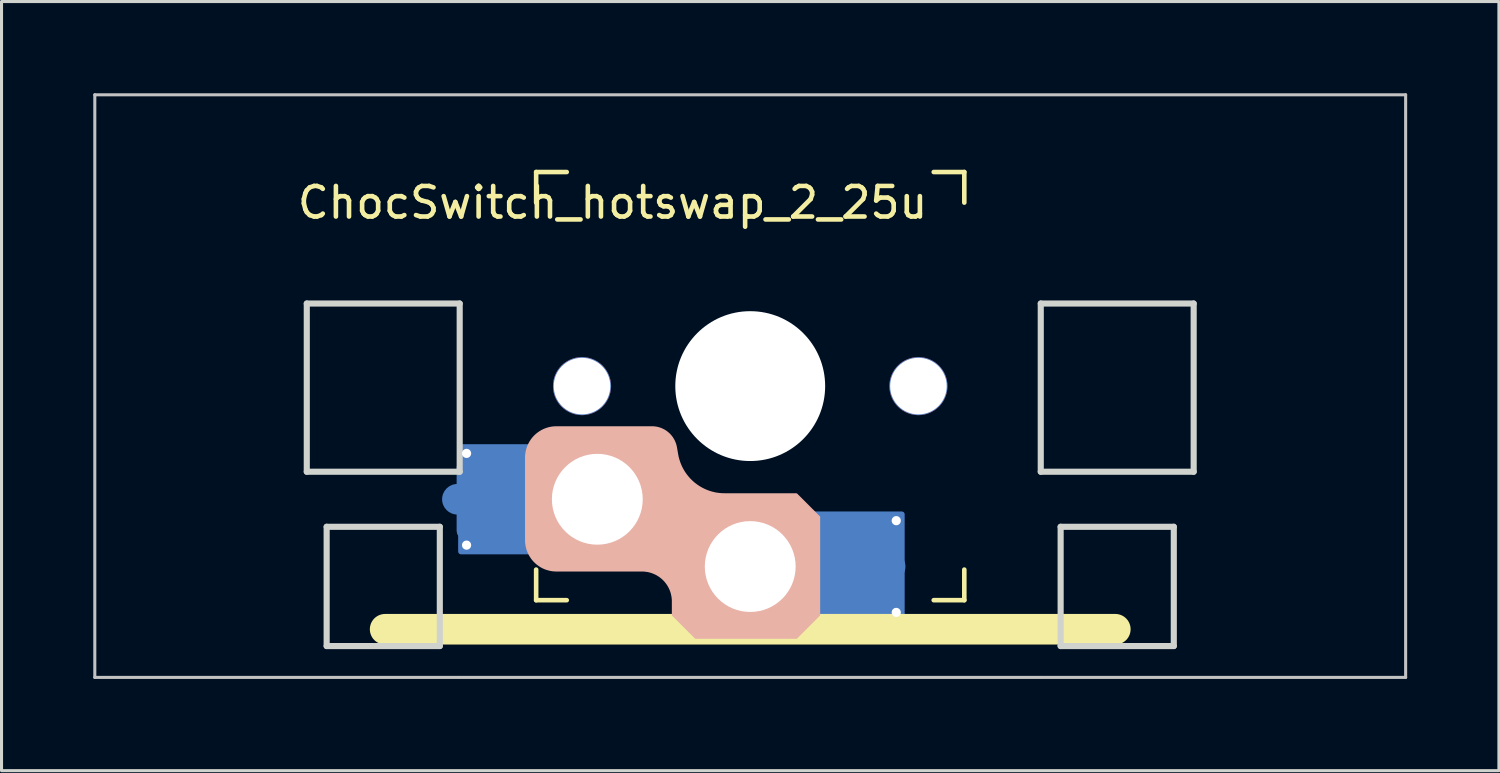
<source format=kicad_pcb>
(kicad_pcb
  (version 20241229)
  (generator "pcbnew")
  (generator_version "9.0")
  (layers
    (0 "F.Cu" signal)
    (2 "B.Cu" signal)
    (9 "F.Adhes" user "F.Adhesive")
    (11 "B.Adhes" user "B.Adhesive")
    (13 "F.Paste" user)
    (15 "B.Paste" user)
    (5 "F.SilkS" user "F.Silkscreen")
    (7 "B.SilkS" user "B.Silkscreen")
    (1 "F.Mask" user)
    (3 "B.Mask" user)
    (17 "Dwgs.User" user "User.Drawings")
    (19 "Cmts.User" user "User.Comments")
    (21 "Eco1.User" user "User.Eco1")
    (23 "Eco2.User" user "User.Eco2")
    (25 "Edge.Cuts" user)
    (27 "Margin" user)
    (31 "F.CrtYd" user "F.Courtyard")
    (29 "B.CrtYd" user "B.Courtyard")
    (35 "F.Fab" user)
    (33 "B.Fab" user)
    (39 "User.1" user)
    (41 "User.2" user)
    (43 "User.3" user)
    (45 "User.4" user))
  (footprint "ChocSwitch_hotswap_2_25u"
    (layer "F.Cu")
    (at 21.481 9.575)
    (property "Reference" "ChocSwitch_hotswap_2_25u" (at -4.5 -6 0) (unlocked yes) (layer "F.SilkS") (effects (font (size 1 1) (thickness 0.15))))
    (attr smd)
    (fp_line (start -11.938 7.95) (end 11.938 7.95) (stroke (width 1) (type solid)) (layer "F.SilkS"))
    (fp_line (start -7 -7) (end -6 -7) (stroke (width 0.15) (type solid)) (layer "F.SilkS"))
    (fp_line (start -7 -6) (end -7 -7) (stroke (width 0.15) (type solid)) (layer "F.SilkS"))
    (fp_line (start -7 7) (end -7 6) (stroke (width 0.15) (type solid)) (layer "F.SilkS"))
    (fp_line (start -6 7) (end -7 7) (stroke (width 0.15) (type solid)) (layer "F.SilkS"))
    (fp_line (start 6 7) (end 7 7) (stroke (width 0.15) (type solid)) (layer "F.SilkS"))
    (fp_line (start 7 -7) (end 6 -7) (stroke (width 0.15) (type solid)) (layer "F.SilkS"))
    (fp_line (start 7 -6) (end 7 -7) (stroke (width 0.15) (type solid)) (layer "F.SilkS"))
    (fp_line (start 7 7) (end 7 6) (stroke (width 0.15) (type solid)) (layer "F.SilkS"))
    (fp_line (start -9.525 9.525) (end -9.525 9.525) (stroke (width 0.071) (type solid)) (layer "B.SilkS"))
    (fp_line (start 9.525 9.525) (end 9.525 9.525) (stroke (width 0.071) (type solid)) (layer "B.SilkS"))
    (fp_poly (pts (xy -3.176 1.338) (xy -3.14 1.341) (xy -3.104 1.345) (xy -3.069 1.35) (xy -3.034 1.357) (xy -3 1.366) (xy -2.967 1.376) (xy -2.934 1.387) (xy -2.901 1.4) (xy -2.87 1.414) (xy -2.839 1.43) (xy -2.808 1.446) (xy -2.779 1.464) (xy -2.75 1.484) (xy -2.723 1.504) (xy -2.696 1.526) (xy -2.67 1.548) (xy -2.645 1.572) (xy -2.621 1.597) (xy -2.598 1.623) (xy -2.577 1.65) (xy -2.556 1.677) (xy -2.537 1.706) (xy -2.519 1.736) (xy -2.502 1.766) (xy -2.486 1.798) (xy -2.472 1.83) (xy -2.459 1.863) (xy -2.447 1.896) (xy -2.437 1.931) (xy -2.428 1.966) (xy -2.421 2.001) (xy -2.38 2.238) (xy -2.366 2.308) (xy -2.349 2.376) (xy -2.329 2.442) (xy -2.307 2.508) (xy -2.281 2.572) (xy -2.254 2.634) (xy -2.223 2.695) (xy -2.19 2.755) (xy -2.155 2.812) (xy -2.117 2.868) (xy -2.077 2.922) (xy -2.035 2.974) (xy -1.991 3.025) (xy -1.944 3.073) (xy -1.896 3.119) (xy -1.846 3.163) (xy -1.793 3.205) (xy -1.739 3.245) (xy -1.684 3.282) (xy -1.627 3.317) (xy -1.568 3.349) (xy -1.508 3.379) (xy -1.446 3.407) (xy -1.383 3.432) (xy -1.319 3.454) (xy -1.254 3.473) (xy -1.188 3.49) (xy -1.12 3.504) (xy -1.052 3.514) (xy -0.983 3.522) (xy -0.913 3.527) (xy -0.842 3.528) (xy 1.512 3.528) (xy 2.262 4.278) (xy 2.262 7.488) (xy 1.512 8.238) (xy -1.788 8.238) (xy -2.538 7.488) (xy -2.538 7.038) (xy -2.539 6.988) (xy -2.543 6.939) (xy -2.549 6.89) (xy -2.558 6.842) (xy -2.568 6.794) (xy -2.581 6.747) (xy -2.597 6.7) (xy -2.614 6.655) (xy -2.634 6.61) (xy -2.656 6.567) (xy -2.68 6.524) (xy -2.706 6.483) (xy -2.734 6.443) (xy -2.765 6.404) (xy -2.797 6.366) (xy -2.831 6.331) (xy -2.867 6.296) (xy -2.905 6.264) (xy -2.943 6.234) (xy -2.983 6.206) (xy -3.025 6.179) (xy -3.067 6.155) (xy -3.111 6.134) (xy -3.156 6.114) (xy -3.201 6.096) (xy -3.247 6.081) (xy -3.294 6.068) (xy -3.342 6.057) (xy -3.391 6.049) (xy -3.439 6.043) (xy -3.489 6.039) (xy -3.538 6.038) (xy -6.338 6.038) (xy -6.388 6.036) (xy -6.437 6.033) (xy -6.486 6.027) (xy -6.534 6.018) (xy -6.582 6.007) (xy -6.629 5.994) (xy -6.675 5.979) (xy -6.721 5.962) (xy -6.766 5.942) (xy -6.809 5.92) (xy -6.852 5.896) (xy -6.893 5.87) (xy -6.933 5.841) (xy -6.972 5.811) (xy -7.009 5.779) (xy -7.045 5.745) (xy -7.08 5.709) (xy -7.112 5.671) (xy -7.142 5.633) (xy -7.17 5.592) (xy -7.196 5.551) (xy -7.22 5.509) (xy -7.242 5.465) (xy -7.262 5.42) (xy -7.28 5.375) (xy -7.295 5.329) (xy -7.308 5.281) (xy -7.319 5.234) (xy -7.327 5.185) (xy -7.333 5.137) (xy -7.337 5.087) (xy -7.338 5.038) (xy -7.338 2.338) (xy -7.337 2.288) (xy -7.333 2.239) (xy -7.327 2.19) (xy -7.319 2.142) (xy -7.308 2.094) (xy -7.295 2.047) (xy -7.28 2) (xy -7.262 1.955) (xy -7.242 1.91) (xy -7.22 1.867) (xy -7.196 1.824) (xy -7.17 1.783) (xy -7.142 1.743) (xy -7.112 1.704) (xy -7.08 1.666) (xy -7.045 1.63) (xy -7.009 1.596) (xy -6.972 1.564) (xy -6.933 1.534) (xy -6.893 1.506) (xy -6.852 1.48) (xy -6.809 1.455) (xy -6.766 1.434) (xy -6.721 1.414) (xy -6.675 1.396) (xy -6.629 1.381) (xy -6.582 1.368) (xy -6.534 1.357) (xy -6.486 1.349) (xy -6.437 1.342) (xy -6.388 1.339) (xy -6.338 1.338) (xy -3.212 1.338)) (stroke (width 0.05) (type solid)) (fill yes) (layer "B.SilkS"))
    (fp_line (start -21.431 -9.525) (end 21.431 -9.525) (stroke (width 0.1) (type solid)) (layer "Dwgs.User"))
    (fp_line (start -21.431 9.525) (end -21.431 -9.525) (stroke (width 0.1) (type solid)) (layer "Dwgs.User"))
    (fp_line (start 21.431 -9.525) (end 21.431 9.525) (stroke (width 0.1) (type solid)) (layer "Dwgs.User"))
    (fp_line (start 21.431 9.525) (end -21.431 9.525) (stroke (width 0.1) (type solid)) (layer "Dwgs.User"))
    (fp_line (start -7 -7) (end 7 -7) (stroke (width 0.1) (type solid)) (layer "Eco1.User"))
    (fp_line (start -7 7) (end -7 -7) (stroke (width 0.1) (type solid)) (layer "Eco1.User"))
    (fp_line (start 7 -7) (end 7 7) (stroke (width 0.1) (type solid)) (layer "Eco1.User"))
    (fp_line (start 7 7) (end -7 7) (stroke (width 0.1) (type solid)) (layer "Eco1.User"))
    (fp_rect (start -1.75 -3.25) (end 1.75 -6.35) (stroke (width 0.1) (type solid)) (fill no) (layer "Eco1.User"))
    (fp_line (start 0 0) (end 0 -4.8) (stroke (width 0.05) (type solid)) (layer "Eco2.User"))
    (fp_line (start 0 0) (end 8.262 0) (stroke (width 0.05) (type solid)) (layer "Eco2.User"))
    (fp_line (start -14.5 -2.7) (end -14.5 2.8) (stroke (width 0.2) (type solid)) (layer "Edge.Cuts"))
    (fp_line (start -14.5 2.8) (end -9.5 2.8) (stroke (width 0.2) (type solid)) (layer "Edge.Cuts"))
    (fp_line (start -13.85 8.5) (end -13.85 4.6) (stroke (width 0.2) (type solid)) (layer "Edge.Cuts"))
    (fp_line (start -13.85 8.5) (end -10.15 8.5) (stroke (width 0.2) (type solid)) (layer "Edge.Cuts"))
    (fp_line (start -10.15 4.6) (end -13.85 4.6) (stroke (width 0.2) (type solid)) (layer "Edge.Cuts"))
    (fp_line (start -10.15 8.5) (end -10.15 4.6) (stroke (width 0.2) (type solid)) (layer "Edge.Cuts"))
    (fp_line (start -9.5 -2.7) (end -14.5 -2.7) (stroke (width 0.2) (type solid)) (layer "Edge.Cuts"))
    (fp_line (start -9.5 2.8) (end -9.5 -2.7) (stroke (width 0.2) (type solid)) (layer "Edge.Cuts"))
    (fp_line (start 9.5 -2.7) (end 14.5 -2.7) (stroke (width 0.2) (type solid)) (layer "Edge.Cuts"))
    (fp_line (start 9.5 2.8) (end 9.5 -2.7) (stroke (width 0.2) (type solid)) (layer "Edge.Cuts"))
    (fp_line (start 10.15 4.6) (end 13.85 4.6) (stroke (width 0.2) (type solid)) (layer "Edge.Cuts"))
    (fp_line (start 10.15 8.5) (end 10.15 4.6) (stroke (width 0.2) (type solid)) (layer "Edge.Cuts"))
    (fp_line (start 13.85 4.6) (end 13.85 8.5) (stroke (width 0.2) (type solid)) (layer "Edge.Cuts"))
    (fp_line (start 13.85 8.5) (end 10.15 8.5) (stroke (width 0.2) (type solid)) (layer "Edge.Cuts"))
    (fp_line (start 14.5 -2.7) (end 14.5 2.8) (stroke (width 0.2) (type solid)) (layer "Edge.Cuts"))
    (fp_line (start 14.5 2.8) (end 9.5 2.8) (stroke (width 0.2) (type solid)) (layer "Edge.Cuts"))
    (pad "" np_thru_hole circle (at -5.5 0 90) (size 1.9 1.9) (drill 1.85) (layers "*.Cu" "*.Mask"))
    (pad "" np_thru_hole circle (at -5 3.7 90) (size 3 3) (drill 2.97) (layers "*.Cu" "*.Mask"))
    (pad "" np_thru_hole circle (at 0 0 90) (size 4.9 4.9) (drill 4.9) (layers "*.Cu" "*.Mask"))
    (pad "" np_thru_hole circle (at 0 5.9 90) (size 2.97 2.97) (drill 2.97) (layers "*.Cu" "*.Mask"))
    (pad "" np_thru_hole circle (at 5.5 0 90) (size 1.9 1.9) (drill 1.85) (layers "*.Cu" "*.Mask"))
    (pad "1" smd roundrect (at 3.3 5.9) (size 2.6 2.6) (layers "B.Cu" "B.Mask" "B.Paste") (roundrect_rratio 0.1))
    (pad "1" smd roundrect (at 3.5 5.9) (size 3.1 3.6) (layers "B.Cu") (roundrect_rratio 0.029))
    (pad "1" smd circle (at 4.575 5.9 180) (size 1 1) (layers "B.Cu" "B.Mask" "B.Paste"))
    (pad "1" thru_hole circle (at 4.775 4.4 180) (size 0.5 0.5) (drill 0.3) (layers "*.Cu" "F.Mask"))
    (pad "1" thru_hole circle (at 4.775 7.4 180) (size 0.5 0.5) (drill 0.3) (layers "*.Cu" "F.Mask"))
    (pad "2" smd circle (at -9.575 3.7) (size 1 1) (layers "B.Cu" "B.Mask" "B.Paste"))
    (pad "2" thru_hole circle (at -9.275 2.2) (size 0.5 0.5) (drill 0.3) (layers "*.Cu" "F.Mask"))
    (pad "2" thru_hole circle (at -9.275 5.2) (size 0.5 0.5) (drill 0.3) (layers "*.Cu" "F.Mask"))
    (pad "2" smd roundrect (at -8.3 3.7 180) (size 2.6 2.6) (layers "B.Cu" "B.Mask" "B.Paste") (roundrect_rratio 0.1))
    (pad "2" smd roundrect (at -8 3.7 180) (size 3.1 3.6) (layers "B.Cu") (roundrect_rratio 0.029)))
  (gr_rect
    (start -3 -3)
    (end 45.962 22.15)
    (stroke (width 0.1) (type default))
    (fill no)
    (layer "Edge.Cuts")))
</source>
